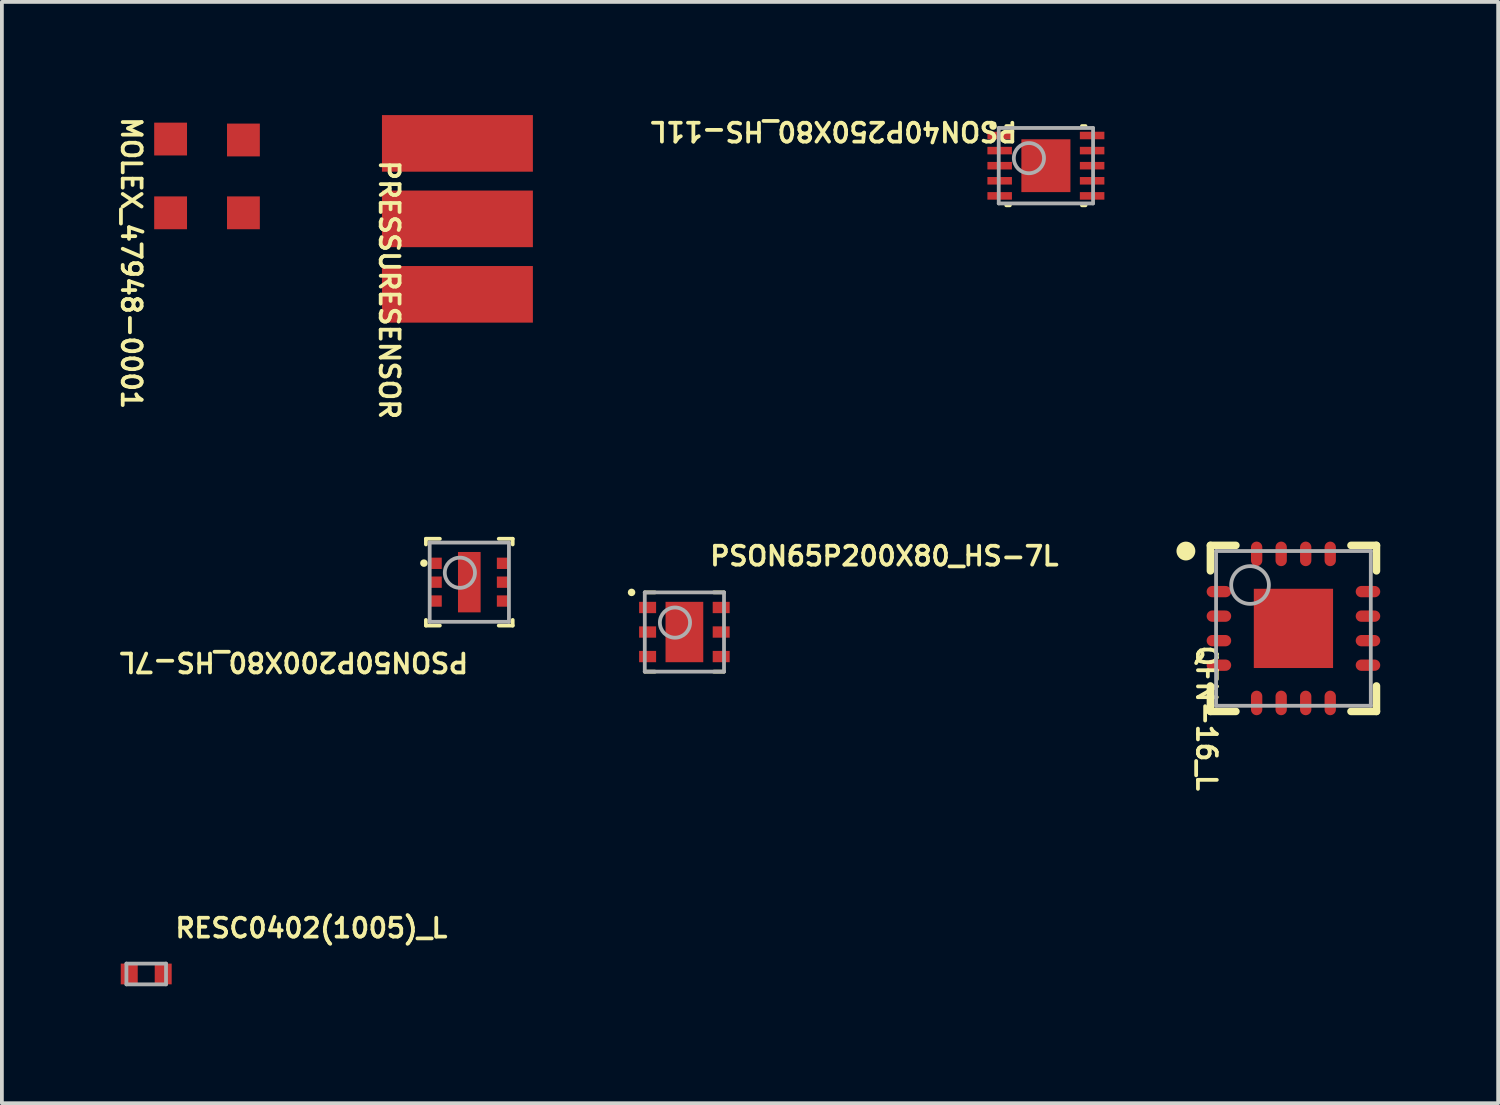
<source format=kicad_pcb>
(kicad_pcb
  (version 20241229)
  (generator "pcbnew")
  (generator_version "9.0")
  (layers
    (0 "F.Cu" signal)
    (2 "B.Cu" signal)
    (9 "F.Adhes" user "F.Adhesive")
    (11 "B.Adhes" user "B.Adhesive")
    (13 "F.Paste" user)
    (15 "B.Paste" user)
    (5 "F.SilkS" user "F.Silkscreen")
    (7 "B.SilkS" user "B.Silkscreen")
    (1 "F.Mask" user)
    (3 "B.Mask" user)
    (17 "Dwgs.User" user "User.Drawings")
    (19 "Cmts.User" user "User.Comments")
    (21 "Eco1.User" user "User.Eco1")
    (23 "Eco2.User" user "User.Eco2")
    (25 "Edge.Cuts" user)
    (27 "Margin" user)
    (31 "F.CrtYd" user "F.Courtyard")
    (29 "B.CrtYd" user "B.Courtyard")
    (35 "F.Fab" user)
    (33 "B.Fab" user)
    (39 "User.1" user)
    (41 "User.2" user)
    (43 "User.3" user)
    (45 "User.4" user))
  (footprint "PSON40P250X80_HS-11L"
    (layer "F.Cu")
    (at 24.667 1.341)
    (property "Reference" "PSON40P250X80_HS-11L" (at -0.705 -1.205 180) (unlocked yes) (layer "F.SilkS") (effects (font (size 0.5 0.5) (thickness 0.1)) (justify left bottom)))
    (fp_line (start -0.955 -1.05) (end -1.05 -1.05) (stroke (width 0.1) (type solid)) (layer "F.SilkS"))
    (fp_line (start -0.955 1.05) (end -1.05 1.05) (stroke (width 0.1) (type solid)) (layer "F.SilkS"))
    (fp_line (start 1.05 -1.05) (end 0.955 -1.05) (stroke (width 0.1) (type solid)) (layer "F.SilkS"))
    (fp_line (start 1.05 1.05) (end 0.955 1.05) (stroke (width 0.1) (type solid)) (layer "F.SilkS"))
    (fp_circle (center -1.4 -1.05) (end -1.4 -1.1) (stroke (width 0.1) (type solid)) (fill no) (layer "F.SilkS"))
    (fp_rect (start -0.5 -0.5) (end -0.1 -0.1) (stroke (width 0) (type default)) (fill yes) (layer "F.Paste"))
    (fp_rect (start -0.5 0.1) (end -0.1 0.5) (stroke (width 0) (type default)) (fill yes) (layer "F.Paste"))
    (fp_rect (start 0.1 -0.5) (end 0.5 -0.1) (stroke (width 0) (type default)) (fill yes) (layer "F.Paste"))
    (fp_rect (start 0.1 0.1) (end 0.5 0.5) (stroke (width 0) (type default)) (fill yes) (layer "F.Paste"))
    (fp_line (start -1.335 1.1) (end -1.335 -1.1) (stroke (width 0.05) (type solid)) (layer "Eco1.User"))
    (fp_line (start 0 0.5) (end 0 -0.5) (stroke (width 0.1) (type solid)) (layer "Eco1.User"))
    (fp_line (start 0.5 0) (end -0.5 0) (stroke (width 0.1) (type solid)) (layer "Eco1.User"))
    (fp_line (start 1.335 -1.1) (end -1.335 -1.1) (stroke (width 0.05) (type solid)) (layer "Eco1.User"))
    (fp_line (start 1.335 1.1) (end -1.335 1.1) (stroke (width 0.05) (type solid)) (layer "Eco1.User"))
    (fp_line (start 1.335 1.1) (end 1.335 -1.1) (stroke (width 0.05) (type solid)) (layer "Eco1.User"))
    (fp_line (start -1.25 1) (end -1.25 -1) (stroke (width 0.1) (type solid)) (layer "F.Fab"))
    (fp_line (start 1.25 -1) (end -1.25 -1) (stroke (width 0.1) (type solid)) (layer "F.Fab"))
    (fp_line (start 1.25 1) (end -1.25 1) (stroke (width 0.1) (type solid)) (layer "F.Fab"))
    (fp_line (start 1.25 1) (end 1.25 -1) (stroke (width 0.1) (type solid)) (layer "F.Fab"))
    (fp_circle (center -0.45 -0.2) (end -0.45 -0.6) (stroke (width 0.1) (type solid)) (fill no) (layer "F.Fab"))
    (pad "1" smd rect (at -1.225 -0.8 270) (size 0.2 0.65) (layers "F.Cu" "F.Mask" "F.Paste"))
    (pad "2" smd rect (at -1.225 -0.4 270) (size 0.2 0.65) (layers "F.Cu" "F.Mask" "F.Paste"))
    (pad "3" smd rect (at -1.225 0 270) (size 0.2 0.65) (layers "F.Cu" "F.Mask" "F.Paste"))
    (pad "4" smd rect (at -1.225 0.4 270) (size 0.2 0.65) (layers "F.Cu" "F.Mask" "F.Paste"))
    (pad "5" smd rect (at -1.225 0.8 270) (size 0.2 0.65) (layers "F.Cu" "F.Mask" "F.Paste"))
    (pad "6" smd rect (at 1.225 0.8 270) (size 0.2 0.65) (layers "F.Cu" "F.Mask" "F.Paste"))
    (pad "7" smd rect (at 1.225 0.4 270) (size 0.2 0.65) (layers "F.Cu" "F.Mask" "F.Paste"))
    (pad "8" smd rect (at 1.225 0 270) (size 0.2 0.65) (layers "F.Cu" "F.Mask" "F.Paste"))
    (pad "9" smd rect (at 1.225 -0.4 270) (size 0.2 0.65) (layers "F.Cu" "F.Mask" "F.Paste"))
    (pad "10" smd rect (at 1.225 -0.8 270) (size 0.2 0.65) (layers "F.Cu" "F.Mask" "F.Paste"))
    (pad "11" smd rect (at 0 0 270) (size 1.4 1.3) (layers "F.Cu" "F.Mask" "F.Paste")))
  (footprint "PSON50P200X80_HS-7L"
    (layer "F.Cu")
    (at 9.387 12.378)
    (property "Reference" "PSON50P200X80_HS-7L" (at 0.027 1.825 180) (unlocked yes) (layer "F.SilkS") (effects (font (size 0.5 0.5) (thickness 0.1)) (justify left bottom)))
    (fp_line (start -1.15 -1.15) (end -1.15 -1) (stroke (width 0.1) (type solid)) (layer "F.SilkS"))
    (fp_line (start -1.15 1) (end -1.15 1.15) (stroke (width 0.1) (type solid)) (layer "F.SilkS"))
    (fp_line (start -0.78 -1.15) (end -1.15 -1.15) (stroke (width 0.1) (type solid)) (layer "F.SilkS"))
    (fp_line (start -0.78 1.15) (end -1.15 1.15) (stroke (width 0.1) (type solid)) (layer "F.SilkS"))
    (fp_line (start 1.15 -1.15) (end 0.78 -1.15) (stroke (width 0.1) (type solid)) (layer "F.SilkS"))
    (fp_line (start 1.15 -1.15) (end 1.15 -1) (stroke (width 0.1) (type solid)) (layer "F.SilkS"))
    (fp_line (start 1.15 1) (end 1.15 1.15) (stroke (width 0.1) (type solid)) (layer "F.SilkS"))
    (fp_line (start 1.15 1.15) (end 0.78 1.15) (stroke (width 0.1) (type solid)) (layer "F.SilkS"))
    (fp_circle (center -1.203 -0.505) (end -1.253 -0.505) (stroke (width 0.1) (type solid)) (fill no) (layer "F.SilkS"))
    (fp_rect (start -0.2 -0.649) (end 0.2 -0.149) (stroke (width 0) (type default)) (fill yes) (layer "F.Paste"))
    (fp_rect (start -0.2 0.149) (end 0.2 0.649) (stroke (width 0) (type default)) (fill yes) (layer "F.Paste"))
    (fp_line (start -1.105 -1.15) (end -1.105 1.15) (stroke (width 0.05) (type solid)) (layer "Eco1.User"))
    (fp_line (start 0 -0.5) (end 0 0.5) (stroke (width 0.1) (type solid)) (layer "Eco1.User"))
    (fp_line (start 0.5 0) (end -0.5 0) (stroke (width 0.1) (type solid)) (layer "Eco1.User"))
    (fp_line (start 1.105 -1.15) (end -1.105 -1.15) (stroke (width 0.05) (type solid)) (layer "Eco1.User"))
    (fp_line (start 1.105 -1.15) (end 1.105 1.15) (stroke (width 0.05) (type solid)) (layer "Eco1.User"))
    (fp_line (start 1.105 1.15) (end -1.105 1.15) (stroke (width 0.05) (type solid)) (layer "Eco1.User"))
    (fp_line (start -1.05 -1.05) (end -1.05 1.05) (stroke (width 0.1) (type solid)) (layer "F.Fab"))
    (fp_line (start 1.05 -1.05) (end -1.05 -1.05) (stroke (width 0.1) (type solid)) (layer "F.Fab"))
    (fp_line (start 1.05 -1.05) (end 1.05 1.05) (stroke (width 0.1) (type solid)) (layer "F.Fab"))
    (fp_line (start 1.05 1.05) (end -1.05 1.05) (stroke (width 0.1) (type solid)) (layer "F.Fab"))
    (fp_circle (center -0.25 -0.25) (end -0.65 -0.25) (stroke (width 0.1) (type solid)) (fill no) (layer "F.Fab"))
    (pad "1" smd rect (at -0.88 -0.5 270) (size 0.3 0.3) (layers "F.Cu" "F.Mask" "F.Paste"))
    (pad "2" smd rect (at -0.88 0 270) (size 0.3 0.3) (layers "F.Cu" "F.Mask" "F.Paste"))
    (pad "3" smd rect (at -0.88 0.5 270) (size 0.3 0.3) (layers "F.Cu" "F.Mask" "F.Paste"))
    (pad "4" smd rect (at 0.88 0.5 270) (size 0.3 0.3) (layers "F.Cu" "F.Mask" "F.Paste"))
    (pad "5" smd rect (at 0.88 0 270) (size 0.3 0.3) (layers "F.Cu" "F.Mask" "F.Paste"))
    (pad "6" smd rect (at 0.88 -0.5 270) (size 0.3 0.3) (layers "F.Cu" "F.Mask" "F.Paste"))
    (pad "7" smd rect (at 0 0 270) (size 1.6 0.6) (layers "F.Cu" "F.Mask" "F.Paste")))
  (footprint "RESC0402(1005)_L"
    (layer "F.Cu")
    (at 0.825 22.761)
    (property "Reference" "RESC0402(1005)_L" (at 0.716 -0.924 0) (unlocked yes) (layer "F.SilkS") (effects (font (size 0.5 0.5) (thickness 0.1)) (justify left bottom)))
    (fp_line (start -0.8 -0.4) (end 0.8 -0.4) (stroke (width 0.05) (type solid)) (layer "Eco1.User"))
    (fp_line (start -0.8 0.4) (end -0.8 -0.4) (stroke (width 0.05) (type solid)) (layer "Eco1.User"))
    (fp_line (start -0.8 0.4) (end 0.8 0.4) (stroke (width 0.05) (type solid)) (layer "Eco1.User"))
    (fp_line (start -0.275 0) (end 0.275 0) (stroke (width 0.05) (type solid)) (layer "Eco1.User"))
    (fp_line (start 0 0.275) (end 0 -0.275) (stroke (width 0.05) (type solid)) (layer "Eco1.User"))
    (fp_line (start 0.8 0.4) (end 0.8 -0.4) (stroke (width 0.05) (type solid)) (layer "Eco1.User"))
    (fp_line (start -0.525 -0.275) (end 0.525 -0.275) (stroke (width 0.1) (type solid)) (layer "F.Fab"))
    (fp_line (start -0.525 0.275) (end -0.525 -0.275) (stroke (width 0.1) (type solid)) (layer "F.Fab"))
    (fp_line (start -0.525 0.275) (end 0.525 0.275) (stroke (width 0.1) (type solid)) (layer "F.Fab"))
    (fp_line (start 0.525 0.275) (end 0.525 -0.275) (stroke (width 0.1) (type solid)) (layer "F.Fab"))
    (pad "1" smd rect (at -0.45 0 270) (size 0.55 0.45) (layers "F.Cu" "F.Mask" "F.Paste"))
    (pad "2" smd rect (at 0.45 0 270) (size 0.55 0.45) (layers "F.Cu" "F.Mask" "F.Paste")))
  (footprint "QFN-16_L"
    (layer "F.Cu")
    (at 31.227 13.603)
    (property "Reference" "QFN-16_L" (at -2.597 0.4 270) (unlocked yes) (layer "F.SilkS") (effects (font (size 0.5 0.5) (thickness 0.1)) (justify left bottom)))
    (fp_line (start -2.2 -2.2) (end -2.2 -1.525) (stroke (width 0.2) (type solid)) (layer "F.SilkS"))
    (fp_line (start -2.2 1.525) (end -2.2 2.2) (stroke (width 0.2) (type solid)) (layer "F.SilkS"))
    (fp_line (start -1.525 -2.2) (end -2.2 -2.2) (stroke (width 0.2) (type solid)) (layer "F.SilkS"))
    (fp_line (start -1.525 2.2) (end -2.2 2.2) (stroke (width 0.2) (type solid)) (layer "F.SilkS"))
    (fp_line (start 2.2 -2.2) (end 1.525 -2.2) (stroke (width 0.2) (type solid)) (layer "F.SilkS"))
    (fp_line (start 2.2 -2.2) (end 2.2 -1.525) (stroke (width 0.2) (type solid)) (layer "F.SilkS"))
    (fp_line (start 2.2 1.525) (end 2.2 2.2) (stroke (width 0.2) (type solid)) (layer "F.SilkS"))
    (fp_line (start 2.2 2.2) (end 1.525 2.2) (stroke (width 0.2) (type solid)) (layer "F.SilkS"))
    (fp_circle (center -2.85 -2.05) (end -2.975 -2.05) (stroke (width 0.25) (type solid)) (fill no) (layer "F.SilkS"))
    (fp_rect (start -0.95 -0.949) (end 0.95 0.951) (stroke (width 0) (type default)) (fill yes) (layer "F.Paste"))
    (fp_line (start -2.4 -2.4) (end -2.4 2.4) (stroke (width 0.05) (type solid)) (layer "Eco1.User"))
    (fp_line (start 0 -0.5) (end 0 0.5) (stroke (width 0.1) (type solid)) (layer "Eco1.User"))
    (fp_line (start 0.5 0) (end -0.5 0) (stroke (width 0.1) (type solid)) (layer "Eco1.User"))
    (fp_line (start 2.4 -2.4) (end -2.4 -2.4) (stroke (width 0.05) (type solid)) (layer "Eco1.User"))
    (fp_line (start 2.4 -2.4) (end 2.4 2.4) (stroke (width 0.05) (type solid)) (layer "Eco1.User"))
    (fp_line (start 2.4 2.4) (end -2.4 2.4) (stroke (width 0.05) (type solid)) (layer "Eco1.User"))
    (fp_line (start -2.05 -2.05) (end -2.05 2.05) (stroke (width 0.1) (type solid)) (layer "F.Fab"))
    (fp_line (start 2.05 -2.05) (end -2.05 -2.05) (stroke (width 0.1) (type solid)) (layer "F.Fab"))
    (fp_line (start 2.05 -2.05) (end 2.05 2.05) (stroke (width 0.1) (type solid)) (layer "F.Fab"))
    (fp_line (start 2.05 2.05) (end -2.05 2.05) (stroke (width 0.1) (type solid)) (layer "F.Fab"))
    (fp_circle (center -1.15 -1.15) (end -1.65 -1.15) (stroke (width 0.1) (type solid)) (fill no) (layer "F.Fab"))
    (pad "1" smd oval (at -1.975 -0.975 270) (size 0.3 0.65) (layers "F.Cu" "F.Mask" "F.Paste"))
    (pad "2" smd oval (at -1.975 -0.325 270) (size 0.3 0.65) (layers "F.Cu" "F.Mask" "F.Paste"))
    (pad "3" smd oval (at -1.975 0.325 270) (size 0.3 0.65) (layers "F.Cu" "F.Mask" "F.Paste"))
    (pad "4" smd oval (at -1.975 0.975 270) (size 0.3 0.65) (layers "F.Cu" "F.Mask" "F.Paste"))
    (pad "5" smd oval (at -0.975 1.975 180) (size 0.3 0.65) (layers "F.Cu" "F.Mask" "F.Paste"))
    (pad "6" smd oval (at -0.325 1.975 180) (size 0.3 0.65) (layers "F.Cu" "F.Mask" "F.Paste"))
    (pad "7" smd oval (at 0.325 1.975 180) (size 0.3 0.65) (layers "F.Cu" "F.Mask" "F.Paste"))
    (pad "8" smd oval (at 0.975 1.975 180) (size 0.3 0.65) (layers "F.Cu" "F.Mask" "F.Paste"))
    (pad "9" smd oval (at 1.975 0.975 270) (size 0.3 0.65) (layers "F.Cu" "F.Mask" "F.Paste"))
    (pad "10" smd oval (at 1.975 0.325 270) (size 0.3 0.65) (layers "F.Cu" "F.Mask" "F.Paste"))
    (pad "11" smd oval (at 1.975 -0.325 270) (size 0.3 0.65) (layers "F.Cu" "F.Mask" "F.Paste"))
    (pad "12" smd oval (at 1.975 -0.975 270) (size 0.3 0.65) (layers "F.Cu" "F.Mask" "F.Paste"))
    (pad "13" smd oval (at 0.975 -1.975 180) (size 0.3 0.65) (layers "F.Cu" "F.Mask" "F.Paste"))
    (pad "14" smd oval (at 0.325 -1.975 180) (size 0.3 0.65) (layers "F.Cu" "F.Mask" "F.Paste"))
    (pad "15" smd oval (at -0.325 -1.975 180) (size 0.3 0.65) (layers "F.Cu" "F.Mask" "F.Paste"))
    (pad "16" smd oval (at -0.975 -1.975 180) (size 0.3 0.65) (layers "F.Cu" "F.Mask" "F.Paste"))
    (pad "17" smd rect (at 0.00001 0 180) (size 2.1 2.1) (layers "F.Cu" "F.Mask" "F.Paste")))
  (footprint "PSON65P200X80_HS-7L"
    (layer "F.Cu")
    (at 15.087 13.699)
    (property "Reference" "PSON65P200X80_HS-7L" (at 0.626 -1.72 0) (unlocked yes) (layer "F.SilkS") (effects (font (size 0.5 0.5) (thickness 0.1)) (justify left bottom)))
    (fp_line (start -1.05 -1.05) (end -0.78 -1.05) (stroke (width 0.1) (type solid)) (layer "F.SilkS"))
    (fp_line (start -1.05 1.05) (end -0.78 1.05) (stroke (width 0.1) (type solid)) (layer "F.SilkS"))
    (fp_line (start 0.78 -1.05) (end 1.05 -1.05) (stroke (width 0.1) (type solid)) (layer "F.SilkS"))
    (fp_line (start 0.78 1.05) (end 1.05 1.05) (stroke (width 0.1) (type solid)) (layer "F.SilkS"))
    (fp_circle (center -1.4 -1.05) (end -1.4 -1) (stroke (width 0.1) (type solid)) (fill no) (layer "F.SilkS"))
    (fp_line (start -1.105 -1.15) (end -1.105 1.15) (stroke (width 0.05) (type solid)) (layer "Eco1.User"))
    (fp_line (start -1.105 -1.15) (end 1.105 -1.15) (stroke (width 0.05) (type solid)) (layer "Eco1.User"))
    (fp_line (start -1.105 1.15) (end 1.105 1.15) (stroke (width 0.05) (type solid)) (layer "Eco1.User"))
    (fp_line (start -0.5 0) (end 0.5 0) (stroke (width 0.1) (type solid)) (layer "Eco1.User"))
    (fp_line (start 0 -0.5) (end 0 0.5) (stroke (width 0.1) (type solid)) (layer "Eco1.User"))
    (fp_line (start 1.105 -1.15) (end 1.105 1.15) (stroke (width 0.05) (type solid)) (layer "Eco1.User"))
    (fp_line (start -1.05 -1.05) (end -1.05 1.05) (stroke (width 0.1) (type solid)) (layer "F.Fab"))
    (fp_line (start -1.05 -1.05) (end 1.05 -1.05) (stroke (width 0.1) (type solid)) (layer "F.Fab"))
    (fp_line (start -1.05 1.05) (end 1.05 1.05) (stroke (width 0.1) (type solid)) (layer "F.Fab"))
    (fp_line (start 1.05 -1.05) (end 1.05 1.05) (stroke (width 0.1) (type solid)) (layer "F.Fab"))
    (fp_circle (center -0.25 -0.25) (end -0.25 0.15) (stroke (width 0.1) (type solid)) (fill no) (layer "F.Fab"))
    (pad "1" smd rect (at -0.975 -0.65 270) (size 0.3 0.45) (layers "F.Cu" "F.Mask" "F.Paste"))
    (pad "2" smd rect (at -0.975 0 270) (size 0.3 0.45) (layers "F.Cu" "F.Mask" "F.Paste"))
    (pad "3" smd rect (at -0.975 0.65 270) (size 0.3 0.45) (layers "F.Cu" "F.Mask" "F.Paste"))
    (pad "4" smd rect (at 0.975 0.65 270) (size 0.3 0.45) (layers "F.Cu" "F.Mask" "F.Paste"))
    (pad "5" smd rect (at 0.975 0 270) (size 0.3 0.45) (layers "F.Cu" "F.Mask" "F.Paste"))
    (pad "6" smd rect (at 0.975 -0.65 270) (size 0.3 0.45) (layers "F.Cu" "F.Mask" "F.Paste"))
    (pad "7" smd rect (at 0 0 270) (size 1.6 1) (layers "F.Cu" "F.Mask" "F.Paste")))
  (footprint "MOLEX_47948-0001"
    (layer "F.Cu")
    (at 2.436 1.625)
    (property "Reference" "MOLEX_47948-0001" (at -2.3 -1.625 270) (unlocked yes) (layer "F.SilkS") (effects (font (size 0.5 0.5) (thickness 0.1)) (justify left bottom)))
    (pad "ANTENNA" smd rect (at 0.965 -0.965) (size 0.87 0.87) (layers "F.Cu" "F.Mask" "F.Paste"))
    (pad "SOLDER PAD" smd rect (at -0.965 -0.99) (size 0.87 0.87) (layers "F.Cu" "F.Mask" "F.Paste"))
    (pad "SOLDER PAD" smd rect (at -0.965 0.965) (size 0.87 0.87) (layers "F.Cu" "F.Mask" "F.Paste"))
    (pad "SOLDER PAD" smd rect (at 0.965 0.965) (size 0.87 0.87) (layers "F.Cu" "F.Mask" "F.Paste")))
  (footprint "PRESSURESENSOR"
    (layer "F.Cu")
    (at 9.072 2.75)
    (property "Reference" "PRESSURESENSOR" (at -2.1 -1.605 270) (unlocked yes) (layer "F.SilkS") (effects (font (size 0.5 0.5) (thickness 0.1)) (justify left bottom)))
    (pad "1" smd rect (at 0 -2 180) (size 4 1.5) (layers "F.Cu" "F.Mask" "F.Paste"))
    (pad "2" smd rect (at 0 0 180) (size 4 1.5) (layers "F.Cu" "F.Mask" "F.Paste"))
    (pad "3" smd rect (at 0 2 180) (size 4 1.5) (layers "F.Cu" "F.Mask" "F.Paste")))
  (gr_rect
    (start -3 -3)
    (end 36.652 26.186)
    (stroke (width 0.1) (type default))
    (fill no)
    (layer "Edge.Cuts")))
</source>
